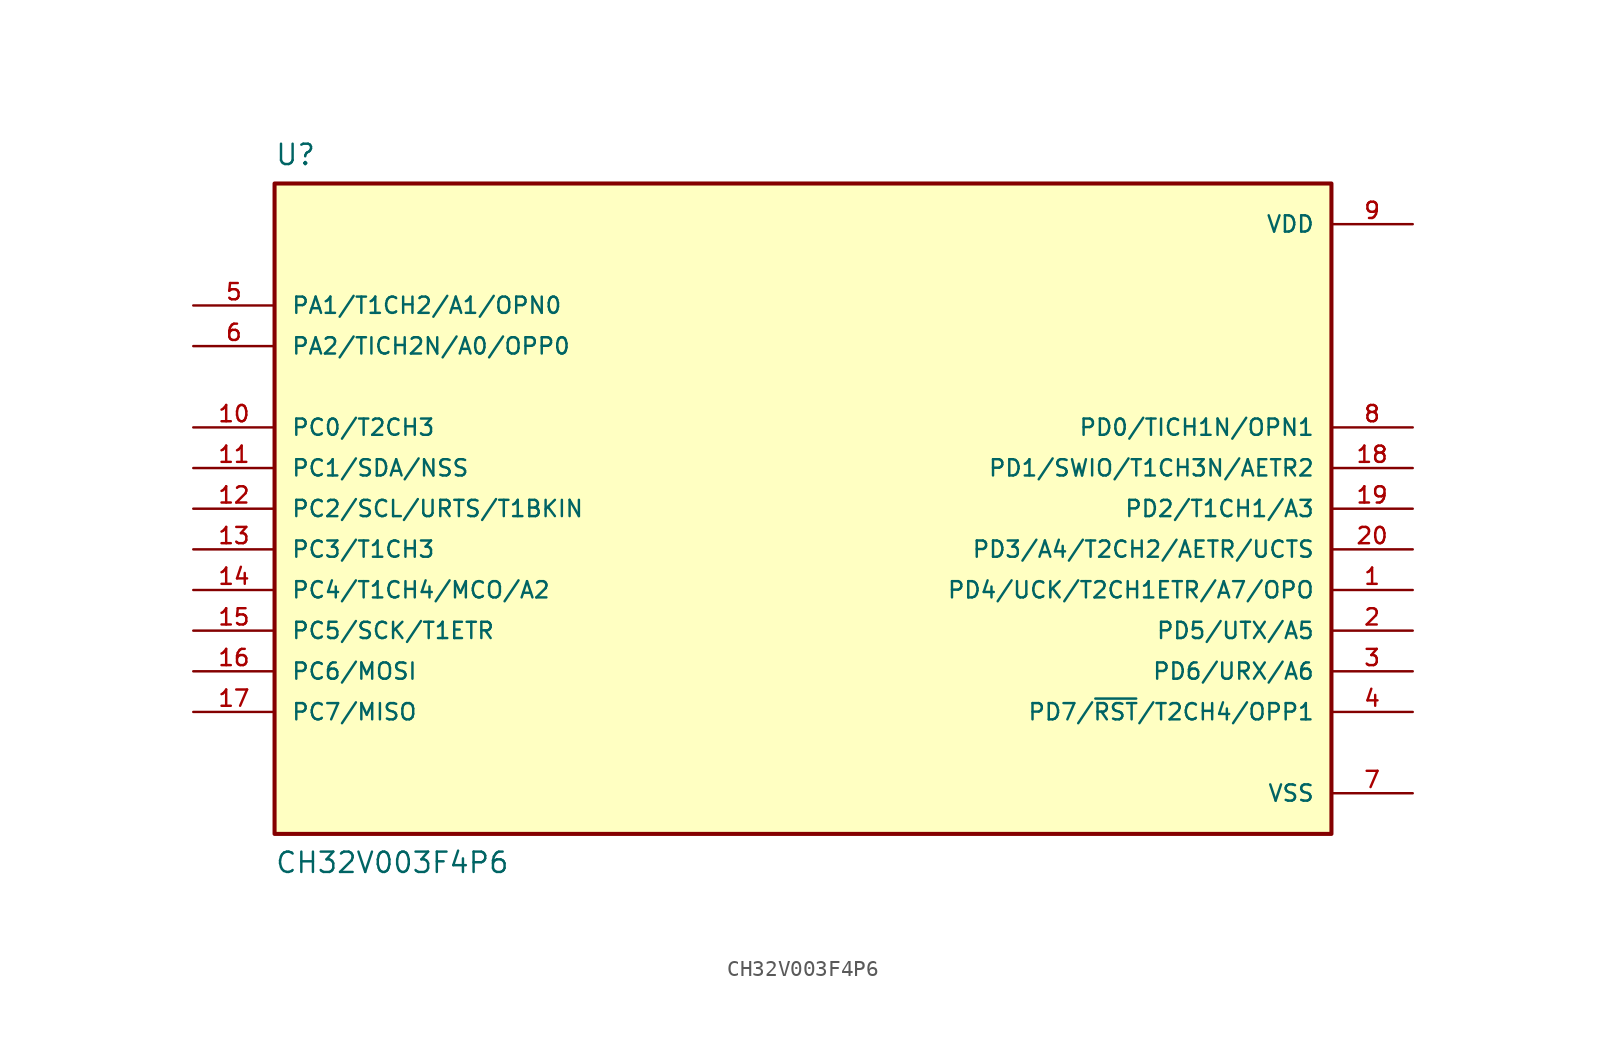
<source format=kicad_sym>
(kicad_symbol_lib
  (version 20211014)
  (generator kicad_symbol_editor)
  (symbol "CH32V003F4P6"
    (pin_names
      (offset 1.016))
    (property "Reference" "U"
      (at -33.02 22.86 0)
      (effects (font (size 1.27 1.27)) (justify top left)))
    (property "Value" "CH32V003F4P6"
      (at -33.02 -22.86 0)
      (effects (font (size 1.27 1.27)) (justify bottom left)))
    (symbol "CH32V003F4P6_0_0"
      (rectangle (start -33.02 -20.32) (end 33.02 20.32) (stroke (width 0.254)) (fill (type background)))
      (pin bidirectional line (at 38.1 -5.08 180.0) (length 5.08) (name "PD4/UCK/T2CH1ETR/A7/OPO" (effects (font (size 1.016 1.016)))) (number "1" (effects (font (size 1.016 1.016)))))
      (pin bidirectional line (at 38.1 -7.62 180.0) (length 5.08) (name "PD5/UTX/A5" (effects (font (size 1.016 1.016)))) (number "2" (effects (font (size 1.016 1.016)))))
      (pin bidirectional line (at 38.1 -10.16 180.0) (length 5.08) (name "PD6/URX/A6" (effects (font (size 1.016 1.016)))) (number "3" (effects (font (size 1.016 1.016)))))
      (pin bidirectional line (at 38.1 -12.7 180.0) (length 5.08) (name "PD7/~{RST}/T2CH4/OPP1" (effects (font (size 1.016 1.016)))) (number "4" (effects (font (size 1.016 1.016)))))
      (pin bidirectional line (at -38.1 12.7 0) (length 5.08) (name "PA1/T1CH2/A1/OPN0" (effects (font (size 1.016 1.016)))) (number "5" (effects (font (size 1.016 1.016)))))
      (pin bidirectional line (at -38.1 10.16 0) (length 5.08) (name "PA2/TICH2N/A0/OPP0" (effects (font (size 1.016 1.016)))) (number "6" (effects (font (size 1.016 1.016)))))
      (pin power_in line (at 38.1 -17.78 180.0) (length 5.08) (name "VSS" (effects (font (size 1.016 1.016)))) (number "7" (effects (font (size 1.016 1.016)))))
      (pin bidirectional line (at 38.1 5.08 180.0) (length 5.08) (name "PD0/TICH1N/OPN1" (effects (font (size 1.016 1.016)))) (number "8" (effects (font (size 1.016 1.016)))))
      (pin power_in line (at 38.1 17.78 180.0) (length 5.08) (name "VDD" (effects (font (size 1.016 1.016)))) (number "9" (effects (font (size 1.016 1.016)))))
      (pin bidirectional line (at -38.1 5.08 0) (length 5.08) (name "PC0/T2CH3" (effects (font (size 1.016 1.016)))) (number "10" (effects (font (size 1.016 1.016)))))
      (pin bidirectional line (at -38.1 2.54 0) (length 5.08) (name "PC1/SDA/NSS" (effects (font (size 1.016 1.016)))) (number "11" (effects (font (size 1.016 1.016)))))
      (pin bidirectional line (at -38.1 0.0 0) (length 5.08) (name "PC2/SCL/URTS/T1BKIN" (effects (font (size 1.016 1.016)))) (number "12" (effects (font (size 1.016 1.016)))))
      (pin bidirectional line (at -38.1 -2.54 0) (length 5.08) (name "PC3/T1CH3" (effects (font (size 1.016 1.016)))) (number "13" (effects (font (size 1.016 1.016)))))
      (pin bidirectional line (at -38.1 -5.08 0) (length 5.08) (name "PC4/T1CH4/MCO/A2" (effects (font (size 1.016 1.016)))) (number "14" (effects (font (size 1.016 1.016)))))
      (pin bidirectional line (at -38.1 -7.62 0) (length 5.08) (name "PC5/SCK/T1ETR" (effects (font (size 1.016 1.016)))) (number "15" (effects (font (size 1.016 1.016)))))
      (pin bidirectional line (at -38.1 -10.16 0) (length 5.08) (name "PC6/MOSI" (effects (font (size 1.016 1.016)))) (number "16" (effects (font (size 1.016 1.016)))))
      (pin bidirectional line (at -38.1 -12.7 0) (length 5.08) (name "PC7/MISO" (effects (font (size 1.016 1.016)))) (number "17" (effects (font (size 1.016 1.016)))))
      (pin bidirectional line (at 38.1 2.54 180.0) (length 5.08) (name "PD1/SWIO/T1CH3N/AETR2" (effects (font (size 1.016 1.016)))) (number "18" (effects (font (size 1.016 1.016)))))
      (pin bidirectional line (at 38.1 0.0 180.0) (length 5.08) (name "PD2/T1CH1/A3" (effects (font (size 1.016 1.016)))) (number "19" (effects (font (size 1.016 1.016)))))
      (pin bidirectional line (at 38.1 -2.54 180.0) (length 5.08) (name "PD3/A4/T2CH2/AETR/UCTS" (effects (font (size 1.016 1.016)))) (number "20" (effects (font (size 1.016 1.016))))))))
</source>
